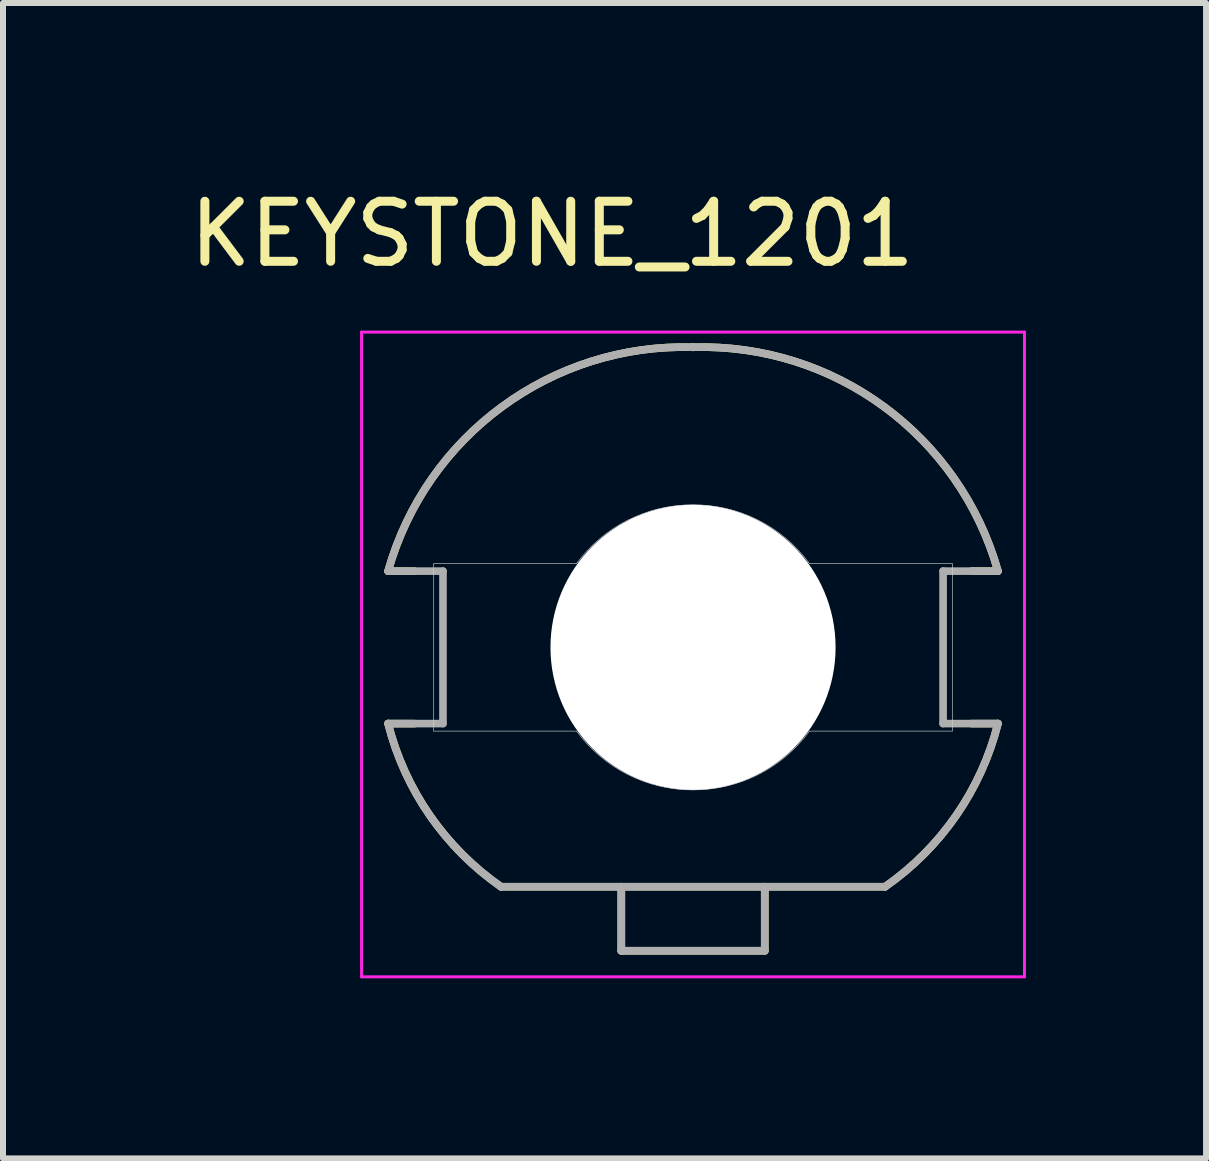
<source format=kicad_pcb>
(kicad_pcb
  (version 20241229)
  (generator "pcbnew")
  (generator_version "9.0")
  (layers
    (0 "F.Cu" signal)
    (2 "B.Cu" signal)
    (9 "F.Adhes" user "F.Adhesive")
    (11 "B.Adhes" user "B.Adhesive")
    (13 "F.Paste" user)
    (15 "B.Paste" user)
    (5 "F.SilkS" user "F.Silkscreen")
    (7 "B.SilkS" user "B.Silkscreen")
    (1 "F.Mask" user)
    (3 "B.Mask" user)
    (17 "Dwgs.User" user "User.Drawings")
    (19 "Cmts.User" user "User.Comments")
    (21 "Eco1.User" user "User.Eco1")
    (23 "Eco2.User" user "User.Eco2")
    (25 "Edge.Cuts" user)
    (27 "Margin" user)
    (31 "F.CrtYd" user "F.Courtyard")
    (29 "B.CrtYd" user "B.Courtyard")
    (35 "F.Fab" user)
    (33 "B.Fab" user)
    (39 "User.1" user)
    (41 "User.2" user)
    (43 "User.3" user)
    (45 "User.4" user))
  (footprint "KEYSTONE_1201"
    (layer "F.Cu")
    (at 8.496 7.735)
    (property "Reference" "KEYSTONE_1201" (at -2.347 -6.887 0) (layer "F.SilkS") (effects (font (size 1 1) (thickness 0.15))))
    (attr through_hole)
    (fp_line (start -5.08 -1.27) (end -4.64 -1.27) (stroke (width 0.127) (type solid)) (layer "F.SilkS"))
    (fp_line (start -5.08 1.27) (end -4.64 1.27) (stroke (width 0.127) (type solid)) (layer "F.SilkS"))
    (fp_line (start -3.2 3.988) (end -1.195 3.988) (stroke (width 0.127) (type solid)) (layer "F.SilkS"))
    (fp_line (start -1.195 3.988) (end -1.195 5.055) (stroke (width 0.127) (type solid)) (layer "F.SilkS"))
    (fp_line (start -1.195 3.988) (end 1.195 3.988) (stroke (width 0.127) (type solid)) (layer "F.SilkS"))
    (fp_line (start -1.195 5.055) (end 1.195 5.055) (stroke (width 0.127) (type solid)) (layer "F.SilkS"))
    (fp_line (start 1.195 3.988) (end 3.2 3.988) (stroke (width 0.127) (type solid)) (layer "F.SilkS"))
    (fp_line (start 1.195 5.055) (end 1.195 3.988) (stroke (width 0.127) (type solid)) (layer "F.SilkS"))
    (fp_line (start 5.08 -1.27) (end 4.64 -1.27) (stroke (width 0.127) (type solid)) (layer "F.SilkS"))
    (fp_line (start 5.08 1.27) (end 4.64 1.27) (stroke (width 0.127) (type solid)) (layer "F.SilkS"))
    (fp_arc (start -5.08 -1.27) (mid -3.181841 -4.009143) (end 0 -5) (stroke (width 0.127) (type solid)) (layer "F.SilkS"))
    (fp_arc (start -3.2 3.9878) (mid -4.385729 2.79888) (end -5.08 1.27) (stroke (width 0.127) (type solid)) (layer "F.SilkS"))
    (fp_arc (start 0 -5) (mid 3.181842 -4.009143) (end 5.08 -1.27) (stroke (width 0.127) (type solid)) (layer "F.SilkS"))
    (fp_arc (start 5.08 1.27) (mid 4.385729 2.79888) (end 3.2 3.9878) (stroke (width 0.127) (type solid)) (layer "F.SilkS"))
    (fp_line (start -4.32 -1.395) (end -4.32 1.395) (stroke (width 0.01) (type solid)) (layer "Edge.Cuts"))
    (fp_line (start -4.32 1.395) (end -1.94 1.395) (stroke (width 0.01) (type solid)) (layer "Edge.Cuts"))
    (fp_line (start -1.94 -1.395) (end -4.32 -1.395) (stroke (width 0.01) (type solid)) (layer "Edge.Cuts"))
    (fp_line (start 1.94 1.395) (end 4.32 1.395) (stroke (width 0.01) (type solid)) (layer "Edge.Cuts"))
    (fp_line (start 4.32 -1.395) (end 1.94 -1.395) (stroke (width 0.01) (type solid)) (layer "Edge.Cuts"))
    (fp_line (start 4.32 1.395) (end 4.32 -1.395) (stroke (width 0.01) (type solid)) (layer "Edge.Cuts"))
    (fp_arc (start -1.94 -1.395) (mid -1.087639 -2.117876) (end 0 -2.375) (stroke (width 0.01) (type solid)) (layer "Edge.Cuts"))
    (fp_arc (start 0 -2.375) (mid 1.087639 -2.117876) (end 1.94 -1.395) (stroke (width 0.01) (type solid)) (layer "Edge.Cuts"))
    (fp_arc (start 0 2.375) (mid -1.087639 2.117876) (end -1.94 1.395) (stroke (width 0.01) (type solid)) (layer "Edge.Cuts"))
    (fp_arc (start 1.94 1.395) (mid 1.087639 2.117876) (end 0 2.375) (stroke (width 0.01) (type solid)) (layer "Edge.Cuts"))
    (fp_line (start -5.522 -5.252) (end -5.522 5.489) (stroke (width 0.05) (type solid)) (layer "F.CrtYd"))
    (fp_line (start -5.522 5.489) (end 5.522 5.489) (stroke (width 0.05) (type solid)) (layer "F.CrtYd"))
    (fp_line (start 5.522 -5.252) (end -5.522 -5.252) (stroke (width 0.05) (type solid)) (layer "F.CrtYd"))
    (fp_line (start 5.522 5.489) (end 5.522 -5.252) (stroke (width 0.05) (type solid)) (layer "F.CrtYd"))
    (fp_line (start -5.08 -1.27) (end -4.166 -1.27) (stroke (width 0.127) (type solid)) (layer "F.Fab"))
    (fp_line (start -5.08 1.27) (end -4.166 1.27) (stroke (width 0.127) (type solid)) (layer "F.Fab"))
    (fp_line (start -4.166 -1.27) (end -4.166 1.27) (stroke (width 0.127) (type solid)) (layer "F.Fab"))
    (fp_line (start -3.2 3.988) (end -1.195 3.988) (stroke (width 0.127) (type solid)) (layer "F.Fab"))
    (fp_line (start -1.195 3.988) (end -1.195 5.055) (stroke (width 0.127) (type solid)) (layer "F.Fab"))
    (fp_line (start -1.195 3.988) (end 1.195 3.988) (stroke (width 0.127) (type solid)) (layer "F.Fab"))
    (fp_line (start -1.195 5.055) (end 1.195 5.055) (stroke (width 0.127) (type solid)) (layer "F.Fab"))
    (fp_line (start 1.195 3.988) (end 3.2 3.988) (stroke (width 0.127) (type solid)) (layer "F.Fab"))
    (fp_line (start 1.195 5.055) (end 1.195 3.988) (stroke (width 0.127) (type solid)) (layer "F.Fab"))
    (fp_line (start 4.166 -1.27) (end 4.166 1.27) (stroke (width 0.127) (type solid)) (layer "F.Fab"))
    (fp_line (start 5.08 -1.27) (end 4.166 -1.27) (stroke (width 0.127) (type solid)) (layer "F.Fab"))
    (fp_line (start 5.08 1.27) (end 4.166 1.27) (stroke (width 0.127) (type solid)) (layer "F.Fab"))
    (fp_arc (start -5.08 -1.27) (mid -3.181841 -4.009143) (end 0 -5) (stroke (width 0.127) (type solid)) (layer "F.Fab"))
    (fp_arc (start -3.2 3.9878) (mid -4.385729 2.79888) (end -5.08 1.27) (stroke (width 0.127) (type solid)) (layer "F.Fab"))
    (fp_arc (start 0 -5) (mid 3.181842 -4.009143) (end 5.08 -1.27) (stroke (width 0.127) (type solid)) (layer "F.Fab"))
    (fp_arc (start 5.08 1.27) (mid 4.385729 2.79888) (end 3.2 3.9878) (stroke (width 0.127) (type solid)) (layer "F.Fab"))
    (pad "" np_thru_hole circle (at 0 0) (size 4.75 4.75) (drill 4.75) (layers "*.Cu" "*.Mask")))
  (gr_rect
    (start -3 -3)
    (end 17.043 16.249)
    (stroke (width 0.1) (type default))
    (fill no)
    (layer "Edge.Cuts")))
</source>
